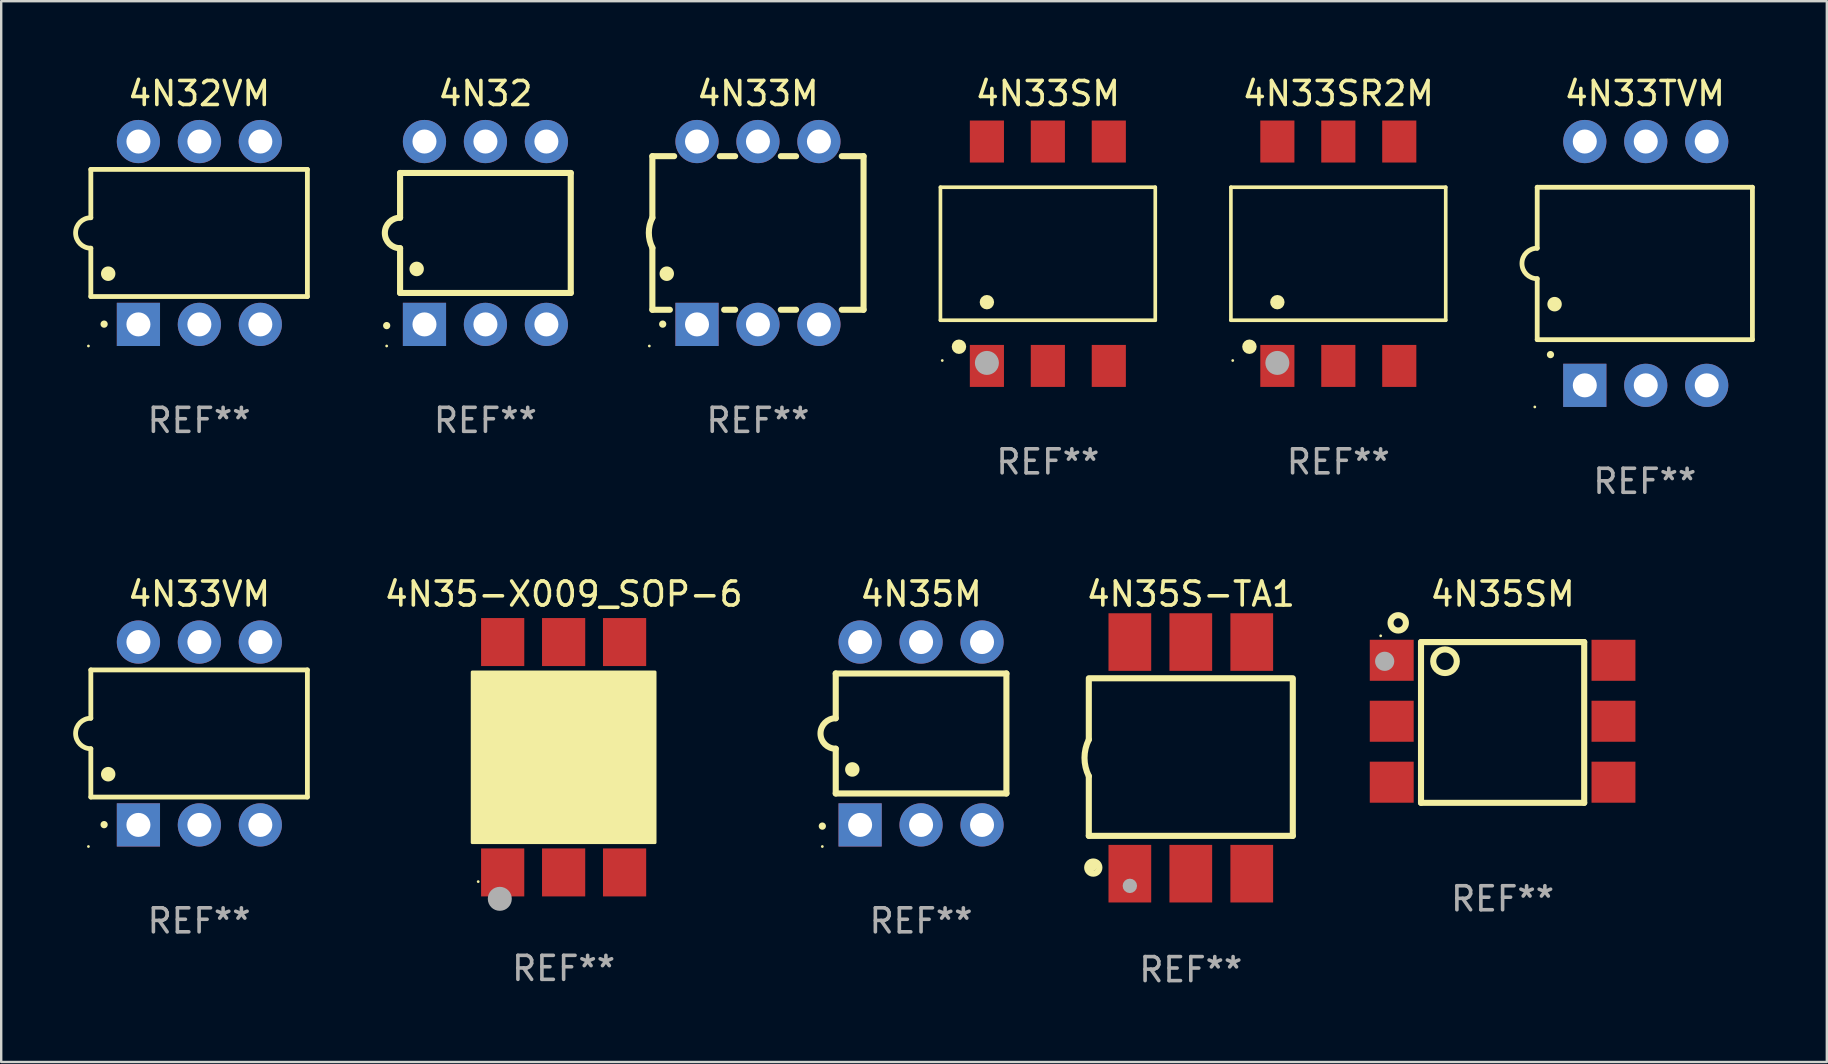
<source format=kicad_pcb>
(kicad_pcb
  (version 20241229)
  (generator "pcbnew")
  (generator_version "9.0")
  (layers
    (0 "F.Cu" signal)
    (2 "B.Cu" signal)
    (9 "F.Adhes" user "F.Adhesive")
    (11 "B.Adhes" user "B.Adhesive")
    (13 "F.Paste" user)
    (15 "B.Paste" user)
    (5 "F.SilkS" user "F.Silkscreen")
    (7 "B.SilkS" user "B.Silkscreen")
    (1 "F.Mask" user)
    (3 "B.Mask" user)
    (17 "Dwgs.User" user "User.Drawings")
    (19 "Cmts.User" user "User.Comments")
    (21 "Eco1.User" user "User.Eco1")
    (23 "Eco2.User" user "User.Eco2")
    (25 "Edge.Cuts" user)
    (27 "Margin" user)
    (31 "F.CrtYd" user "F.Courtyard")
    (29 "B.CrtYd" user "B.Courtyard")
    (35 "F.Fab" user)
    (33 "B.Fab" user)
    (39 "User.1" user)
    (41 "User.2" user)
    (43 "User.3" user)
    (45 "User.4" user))
  (footprint "4N33TVM"
    (layer "F.Cu")
    (at 65.491 7.928)
    (property "Reference" "4N33TVM" (at 0 -7.08 0) (layer "F.SilkS") (effects (font (size 1 1) (thickness 0.15))))
    (attr through_hole)
    (fp_line (start -4.484 -3.175) (end 4.484 -3.175) (stroke (width 0.2) (type solid)) (layer "F.SilkS"))
    (fp_line (start -4.484 -0.635) (end -4.484 -3.175) (stroke (width 0.2) (type solid)) (layer "F.SilkS"))
    (fp_line (start -4.484 0.635) (end -4.484 3.175) (stroke (width 0.2) (type solid)) (layer "F.SilkS"))
    (fp_line (start -4.484 3.175) (end 4.484 3.175) (stroke (width 0.2) (type solid)) (layer "F.SilkS"))
    (fp_line (start 4.484 -3.175) (end 4.484 3.175) (stroke (width 0.2) (type solid)) (layer "F.SilkS"))
    (fp_arc (start -4.484379 0.635001) (mid -5.11938 0) (end -4.484379 -0.635001) (stroke (width 0.2) (type solid)) (layer "F.SilkS"))
    (fp_arc (start -3.930658 3.799848) (mid -3.930663 3.798578) (end -3.930658 3.797308) (stroke (width 0.3) (type solid)) (layer "F.SilkS"))
    (fp_arc (start -3.760478 1.699263) (mid -3.760489 1.696723) (end -3.760478 1.694183) (stroke (width 0.6) (type solid)) (layer "F.SilkS"))
    (fp_circle (center -4.584 5.98) (end -4.554 5.98) (stroke (width 0.06) (type solid)) (fill no) (layer "F.SilkS"))
    (fp_text user "REF**" (at 0 9.08 0) (layer "F.Fab") (effects (font (size 1 1) (thickness 0.15))))
    (pad "1" thru_hole rect (at -2.501 5.08 90) (size 1.8 1.8) (drill 1) (layers "*.Cu" "*.Mask"))
    (pad "2" thru_hole circle (at 0.039 5.08) (size 1.8 1.8) (drill 1) (layers "*.Cu" "*.Mask"))
    (pad "3" thru_hole circle (at 2.579 5.08) (size 1.8 1.8) (drill 1) (layers "*.Cu" "*.Mask"))
    (pad "4" thru_hole circle (at 2.579 -5.08) (size 1.8 1.8) (drill 1) (layers "*.Cu" "*.Mask"))
    (pad "5" thru_hole circle (at 0.039 -5.08) (size 1.8 1.8) (drill 1) (layers "*.Cu" "*.Mask"))
    (pad "6" thru_hole circle (at -2.501 -5.08) (size 1.8 1.8) (drill 1) (layers "*.Cu" "*.Mask")))
  (footprint "4N33VM"
    (layer "F.Cu")
    (at 5.247 27.515)
    (property "Reference" "4N33VM" (at 0 -5.81 0) (layer "F.SilkS") (effects (font (size 1 1) (thickness 0.15))))
    (attr through_hole)
    (fp_line (start -4.512 -2.649) (end 4.512 -2.649) (stroke (width 0.2) (type solid)) (layer "F.SilkS"))
    (fp_line (start -4.512 -0.635) (end -4.512 -2.649) (stroke (width 0.2) (type solid)) (layer "F.SilkS"))
    (fp_line (start -4.512 2.649) (end -4.512 0.635) (stroke (width 0.2) (type solid)) (layer "F.SilkS"))
    (fp_line (start 4.512 -2.649) (end 4.512 2.649) (stroke (width 0.2) (type solid)) (layer "F.SilkS"))
    (fp_line (start 4.512 2.649) (end -4.512 2.649) (stroke (width 0.2) (type solid)) (layer "F.SilkS"))
    (fp_arc (start -4.512319 0.635001) (mid -5.14732 0) (end -4.512319 -0.635001) (stroke (width 0.2) (type solid)) (layer "F.SilkS"))
    (fp_arc (start -3.958598 3.799848) (mid -3.958603 3.798578) (end -3.958598 3.797308) (stroke (width 0.3) (type solid)) (layer "F.SilkS"))
    (fp_arc (start -3.788418 1.699263) (mid -3.788429 1.696723) (end -3.788418 1.694183) (stroke (width 0.6) (type solid)) (layer "F.SilkS"))
    (fp_circle (center -4.612 4.71) (end -4.582 4.71) (stroke (width 0.06) (type solid)) (fill no) (layer "F.SilkS"))
    (fp_text user "REF**" (at 0 7.81 0) (layer "F.Fab") (effects (font (size 1 1) (thickness 0.15))))
    (pad "1" thru_hole rect (at -2.529 3.81 90) (size 1.8 1.8) (drill 1) (layers "*.Cu" "*.Mask"))
    (pad "2" thru_hole circle (at 0.011 3.81) (size 1.8 1.8) (drill 1) (layers "*.Cu" "*.Mask"))
    (pad "3" thru_hole circle (at 2.551 3.81) (size 1.8 1.8) (drill 1) (layers "*.Cu" "*.Mask"))
    (pad "4" thru_hole circle (at 2.551 -3.81) (size 1.8 1.8) (drill 1) (layers "*.Cu" "*.Mask"))
    (pad "5" thru_hole circle (at 0.011 -3.81) (size 1.8 1.8) (drill 1) (layers "*.Cu" "*.Mask"))
    (pad "6" thru_hole circle (at -2.529 -3.81) (size 1.8 1.8) (drill 1) (layers "*.Cu" "*.Mask")))
  (footprint "4N33SR2M"
    (layer "F.Cu")
    (at 52.719 7.523)
    (property "Reference" "4N33SR2M" (at 0 -6.675 0) (layer "F.SilkS") (effects (font (size 1 1) (thickness 0.15))))
    (attr through_hole)
    (fp_line (start -4.476 -2.771) (end 4.476 -2.771) (stroke (width 0.152) (type solid)) (layer "F.SilkS"))
    (fp_line (start -4.476 2.771) (end -4.476 -2.771) (stroke (width 0.152) (type solid)) (layer "F.SilkS"))
    (fp_line (start 4.476 -2.771) (end 4.476 2.771) (stroke (width 0.152) (type solid)) (layer "F.SilkS"))
    (fp_line (start 4.476 2.771) (end -4.476 2.771) (stroke (width 0.152) (type solid)) (layer "F.SilkS"))
    (fp_circle (center -4.4 4.45) (end -4.37 4.45) (stroke (width 0.06) (type solid)) (fill no) (layer "F.SilkS"))
    (fp_circle (center -3.704 3.875) (end -3.553 3.875) (stroke (width 0.3) (type solid)) (fill no) (layer "F.SilkS"))
    (fp_circle (center -2.54 2.019) (end -2.39 2.019) (stroke (width 0.3) (type solid)) (fill no) (layer "F.SilkS"))
    (fp_circle (center -2.54 4.55) (end -2.29 4.55) (stroke (width 0.5) (type solid)) (fill no) (layer "F.Fab"))
    (fp_text user "REF**" (at 0 8.675 0) (layer "F.Fab") (effects (font (size 1 1) (thickness 0.15))))
    (pad "1" smd rect (at -2.54 4.675) (size 1.422 1.75) (layers "F.Cu" "F.Mask" "F.Paste"))
    (pad "2" smd rect (at 0 4.675) (size 1.422 1.75) (layers "F.Cu" "F.Mask" "F.Paste"))
    (pad "3" smd rect (at 2.54 4.675) (size 1.422 1.75) (layers "F.Cu" "F.Mask" "F.Paste"))
    (pad "4" smd rect (at 2.54 -4.675) (size 1.422 1.75) (layers "F.Cu" "F.Mask" "F.Paste"))
    (pad "5" smd rect (at 0 -4.675) (size 1.422 1.75) (layers "F.Cu" "F.Mask" "F.Paste"))
    (pad "6" smd rect (at -2.54 -4.675) (size 1.422 1.75) (layers "F.Cu" "F.Mask" "F.Paste")))
  (footprint "4N35S-TA1"
    (layer "F.Cu")
    (at 46.572 28.531)
    (property "Reference" "4N35S-TA1" (at 0 -6.826 0) (layer "F.SilkS") (effects (font (size 1 1) (thickness 0.15))))
    (attr through_hole)
    (fp_line (start -4.25 -3.317) (end 4.25 -3.317) (stroke (width 0.254) (type solid)) (layer "F.SilkS"))
    (fp_line (start -4.25 -3.25) (end -4.25 -0.762) (stroke (width 0.254) (type solid)) (layer "F.SilkS"))
    (fp_line (start -4.25 3.25) (end -4.25 0.762) (stroke (width 0.254) (type solid)) (layer "F.SilkS"))
    (fp_line (start 4.25 -3.25) (end 4.25 3.25) (stroke (width 0.254) (type solid)) (layer "F.SilkS"))
    (fp_line (start 4.25 3.25) (end -4.25 3.25) (stroke (width 0.254) (type solid)) (layer "F.SilkS"))
    (fp_arc (start -4.249429 0.762001) (mid -4.429513 0.000068) (end -4.250013 -0.762002) (stroke (width 0.254001) (type solid)) (layer "F.SilkS"))
    (fp_circle (center -4.123 4.473) (end -3.996 4.473) (stroke (width 0.254) (type solid)) (fill no) (layer "F.SilkS"))
    (fp_circle (center -4.064 4.572) (end -3.81 4.572) (stroke (width 0.254) (type solid)) (fill no) (layer "F.SilkS"))
    (fp_circle (center -2.54 5.334) (end -2.39 5.334) (stroke (width 0.3) (type solid)) (fill no) (layer "F.Fab"))
    (fp_text user "REF**" (at 0 8.826 0) (layer "F.Fab") (effects (font (size 1 1) (thickness 0.15))))
    (pad "1" smd rect (at -2.54 4.826) (size 1.78 2.4) (layers "F.Cu" "F.Mask" "F.Paste"))
    (pad "2" smd rect (at 0 4.826) (size 1.78 2.4) (layers "F.Cu" "F.Mask" "F.Paste"))
    (pad "3" smd rect (at 2.54 4.826) (size 1.78 2.4) (layers "F.Cu" "F.Mask" "F.Paste"))
    (pad "4" smd rect (at 2.54 -4.826) (size 1.78 2.4) (layers "F.Cu" "F.Mask" "F.Paste"))
    (pad "5" smd rect (at 0 -4.826) (size 1.78 2.4) (layers "F.Cu" "F.Mask" "F.Paste"))
    (pad "6" smd rect (at -2.54 -4.826) (size 1.78 2.4) (layers "F.Cu" "F.Mask" "F.Paste")))
  (footprint "4N33M"
    (layer "F.Cu")
    (at 28.535 6.658)
    (property "Reference" "4N33M" (at 0 -5.81 0) (layer "F.SilkS") (effects (font (size 1 1) (thickness 0.15))))
    (attr through_hole)
    (fp_line (start -4.4 -3.2) (end -4.4 -0.635) (stroke (width 0.254) (type solid)) (layer "F.SilkS"))
    (fp_line (start -4.4 -3.2) (end -3.492 -3.2) (stroke (width 0.254) (type solid)) (layer "F.SilkS"))
    (fp_line (start -4.4 3.2) (end -4.4 0.619) (stroke (width 0.254) (type solid)) (layer "F.SilkS"))
    (fp_line (start -3.671 3.2) (end -4.4 3.2) (stroke (width 0.254) (type solid)) (layer "F.SilkS"))
    (fp_line (start -1.588 -3.2) (end -0.952 -3.2) (stroke (width 0.254) (type solid)) (layer "F.SilkS"))
    (fp_line (start -0.952 3.2) (end -1.409 3.2) (stroke (width 0.254) (type solid)) (layer "F.SilkS"))
    (fp_line (start 0.952 -3.2) (end 1.588 -3.2) (stroke (width 0.254) (type solid)) (layer "F.SilkS"))
    (fp_line (start 1.588 3.2) (end 0.952 3.2) (stroke (width 0.254) (type solid)) (layer "F.SilkS"))
    (fp_line (start 3.492 -3.2) (end 4.4 -3.2) (stroke (width 0.254) (type solid)) (layer "F.SilkS"))
    (fp_line (start 4.4 -3.2) (end 4.4 3.2) (stroke (width 0.254) (type solid)) (layer "F.SilkS"))
    (fp_line (start 4.4 3.2) (end 3.492 3.2) (stroke (width 0.254) (type solid)) (layer "F.SilkS"))
    (fp_arc (start -4.399288 0.619762) (mid -4.547636 -0.007536) (end -4.4 -0.635001) (stroke (width 0.254001) (type solid)) (layer "F.SilkS"))
    (fp_arc (start -3.970028 3.799848) (mid -3.970033 3.798578) (end -3.970028 3.797308) (stroke (width 0.3) (type solid)) (layer "F.SilkS"))
    (fp_arc (start -3.799848 1.699263) (mid -3.799859 1.696723) (end -3.799848 1.694183) (stroke (width 0.6) (type solid)) (layer "F.SilkS"))
    (fp_circle (center -4.527 4.71) (end -4.497 4.71) (stroke (width 0.06) (type solid)) (fill no) (layer "F.SilkS"))
    (fp_text user "REF**" (at 0 7.81 0) (layer "F.Fab") (effects (font (size 1 1) (thickness 0.15))))
    (pad "1" thru_hole rect (at -2.54 3.81 180) (size 1.8 1.8) (drill 1) (layers "*.Cu" "*.Mask"))
    (pad "2" thru_hole circle (at 0 3.81) (size 1.8 1.8) (drill 1) (layers "*.Cu" "*.Mask"))
    (pad "3" thru_hole circle (at 2.54 3.81) (size 1.8 1.8) (drill 1) (layers "*.Cu" "*.Mask"))
    (pad "4" thru_hole circle (at 2.54 -3.81) (size 1.8 1.8) (drill 1) (layers "*.Cu" "*.Mask"))
    (pad "5" thru_hole circle (at 0 -3.81) (size 1.8 1.8) (drill 1) (layers "*.Cu" "*.Mask"))
    (pad "6" thru_hole circle (at -2.54 -3.81) (size 1.8 1.8) (drill 1) (layers "*.Cu" "*.Mask")))
  (footprint "4N35-X009_SOP-6"
    (layer "F.Cu")
    (at 20.437 28.505)
    (property "Reference" "4N35-X009_SOP-6" (at 0 -6.8 0) (layer "F.SilkS") (effects (font (size 1 1) (thickness 0.15))))
    (attr through_hole)
    (fp_circle (center -3.56 5.183) (end -3.53 5.183) (stroke (width 0.06) (type solid)) (fill no) (layer "F.SilkS"))
    (fp_circle (center -2.921 2.797) (end -2.463 2.797) (stroke (width 0.254) (type solid)) (fill no) (layer "F.SilkS"))
    (fp_poly (pts (xy -3.81 -3.553) (xy 3.81 -3.553) (xy 3.81 3.559) (xy -3.81 3.559)) (stroke (width 0.12) (type solid)) (fill yes) (layer "F.SilkS"))
    (fp_circle (center -2.66 5.9) (end -2.41 5.9) (stroke (width 0.5) (type solid)) (fill no) (layer "F.Fab"))
    (fp_text user "REF**" (at 0 8.8 0) (layer "F.Fab") (effects (font (size 1 1) (thickness 0.15))))
    (pad "1" smd rect (at -2.54 4.8 90) (size 2 1.8) (layers "F.Cu" "F.Mask" "F.Paste"))
    (pad "2" smd rect (at 0 4.8 90) (size 2 1.8) (layers "F.Cu" "F.Mask" "F.Paste"))
    (pad "3" smd rect (at 2.54 4.8 90) (size 2 1.8) (layers "F.Cu" "F.Mask" "F.Paste"))
    (pad "4" smd rect (at 2.54 -4.8 90) (size 2 1.8) (layers "F.Cu" "F.Mask" "F.Paste"))
    (pad "5" smd rect (at 0 -4.8 90) (size 2 1.8) (layers "F.Cu" "F.Mask" "F.Paste"))
    (pad "6" smd rect (at -2.54 -4.8 90) (size 2 1.8) (layers "F.Cu" "F.Mask" "F.Paste")))
  (footprint "4N33SM"
    (layer "F.Cu")
    (at 40.615 7.523)
    (property "Reference" "4N33SM" (at 0 -6.675 0) (layer "F.SilkS") (effects (font (size 1 1) (thickness 0.15))))
    (attr through_hole)
    (fp_line (start -4.476 -2.771) (end 4.476 -2.771) (stroke (width 0.152) (type solid)) (layer "F.SilkS"))
    (fp_line (start -4.476 2.771) (end -4.476 -2.771) (stroke (width 0.152) (type solid)) (layer "F.SilkS"))
    (fp_line (start 4.476 -2.771) (end 4.476 2.771) (stroke (width 0.152) (type solid)) (layer "F.SilkS"))
    (fp_line (start 4.476 2.771) (end -4.476 2.771) (stroke (width 0.152) (type solid)) (layer "F.SilkS"))
    (fp_circle (center -4.4 4.45) (end -4.37 4.45) (stroke (width 0.06) (type solid)) (fill no) (layer "F.SilkS"))
    (fp_circle (center -3.704 3.875) (end -3.553 3.875) (stroke (width 0.3) (type solid)) (fill no) (layer "F.SilkS"))
    (fp_circle (center -2.54 2.019) (end -2.39 2.019) (stroke (width 0.3) (type solid)) (fill no) (layer "F.SilkS"))
    (fp_circle (center -2.54 4.55) (end -2.29 4.55) (stroke (width 0.5) (type solid)) (fill no) (layer "F.Fab"))
    (fp_text user "REF**" (at 0 8.675 0) (layer "F.Fab") (effects (font (size 1 1) (thickness 0.15))))
    (pad "1" smd rect (at -2.54 4.675) (size 1.422 1.75) (layers "F.Cu" "F.Mask" "F.Paste"))
    (pad "2" smd rect (at 0 4.675) (size 1.422 1.75) (layers "F.Cu" "F.Mask" "F.Paste"))
    (pad "3" smd rect (at 2.54 4.675) (size 1.422 1.75) (layers "F.Cu" "F.Mask" "F.Paste"))
    (pad "4" smd rect (at 2.54 -4.675) (size 1.422 1.75) (layers "F.Cu" "F.Mask" "F.Paste"))
    (pad "5" smd rect (at 0 -4.675) (size 1.422 1.75) (layers "F.Cu" "F.Mask" "F.Paste"))
    (pad "6" smd rect (at -2.54 -4.675) (size 1.422 1.75) (layers "F.Cu" "F.Mask" "F.Paste")))
  (footprint "4N32"
    (layer "F.Cu")
    (at 17.178 6.658)
    (property "Reference" "4N32" (at 0 -5.81 0) (layer "F.SilkS") (effects (font (size 1 1) (thickness 0.15))))
    (attr through_hole)
    (fp_line (start -3.556 -2.5) (end 3.556 -2.5) (stroke (width 0.254) (type solid)) (layer "F.SilkS"))
    (fp_line (start -3.556 -0.635) (end -3.556 -2.5) (stroke (width 0.254) (type solid)) (layer "F.SilkS"))
    (fp_line (start -3.556 0.635) (end -3.556 2.5) (stroke (width 0.254) (type solid)) (layer "F.SilkS"))
    (fp_line (start -3.556 2.5) (end 3.556 2.5) (stroke (width 0.254) (type solid)) (layer "F.SilkS"))
    (fp_line (start 3.556 -2.5) (end 3.556 2.5) (stroke (width 0.254) (type solid)) (layer "F.SilkS"))
    (fp_arc (start -4.114808 3.860808) (mid -4.114813 3.859538) (end -4.114808 3.858268) (stroke (width 0.3) (type solid)) (layer "F.SilkS"))
    (fp_arc (start -3.556007 0.635001) (mid -4.191008 0) (end -3.556007 -0.635001) (stroke (width 0.254001) (type solid)) (layer "F.SilkS"))
    (fp_arc (start -2.865405 1.501143) (mid -2.865416 1.498603) (end -2.865405 1.496063) (stroke (width 0.6) (type solid)) (layer "F.SilkS"))
    (fp_circle (center -4.115 4.71) (end -4.085 4.71) (stroke (width 0.06) (type solid)) (fill no) (layer "F.SilkS"))
    (fp_text user "REF**" (at 0 7.81 0) (layer "F.Fab") (effects (font (size 1 1) (thickness 0.15))))
    (pad "1" thru_hole rect (at -2.54 3.81 90) (size 1.8 1.8) (drill 1) (layers "*.Cu" "*.Mask"))
    (pad "2" thru_hole circle (at 0 3.81) (size 1.8 1.8) (drill 1) (layers "*.Cu" "*.Mask"))
    (pad "3" thru_hole circle (at 2.54 3.81) (size 1.8 1.8) (drill 1) (layers "*.Cu" "*.Mask"))
    (pad "4" thru_hole circle (at 2.54 -3.81) (size 1.8 1.8) (drill 1) (layers "*.Cu" "*.Mask"))
    (pad "5" thru_hole circle (at 0 -3.81) (size 1.8 1.8) (drill 1) (layers "*.Cu" "*.Mask"))
    (pad "6" thru_hole circle (at -2.54 -3.81) (size 1.8 1.8) (drill 1) (layers "*.Cu" "*.Mask")))
  (footprint "4N32VM"
    (layer "F.Cu")
    (at 5.247 6.658)
    (property "Reference" "4N32VM" (at 0 -5.81 0) (layer "F.SilkS") (effects (font (size 1 1) (thickness 0.15))))
    (attr through_hole)
    (fp_line (start -4.512 -2.649) (end 4.512 -2.649) (stroke (width 0.2) (type solid)) (layer "F.SilkS"))
    (fp_line (start -4.512 -0.635) (end -4.512 -2.649) (stroke (width 0.2) (type solid)) (layer "F.SilkS"))
    (fp_line (start -4.512 2.649) (end -4.512 0.635) (stroke (width 0.2) (type solid)) (layer "F.SilkS"))
    (fp_line (start 4.512 -2.649) (end 4.512 2.649) (stroke (width 0.2) (type solid)) (layer "F.SilkS"))
    (fp_line (start 4.512 2.649) (end -4.512 2.649) (stroke (width 0.2) (type solid)) (layer "F.SilkS"))
    (fp_arc (start -4.512319 0.635001) (mid -5.14732 0) (end -4.512319 -0.635001) (stroke (width 0.2) (type solid)) (layer "F.SilkS"))
    (fp_arc (start -3.958598 3.799848) (mid -3.958603 3.798578) (end -3.958598 3.797308) (stroke (width 0.3) (type solid)) (layer "F.SilkS"))
    (fp_arc (start -3.788418 1.699263) (mid -3.788429 1.696723) (end -3.788418 1.694183) (stroke (width 0.6) (type solid)) (layer "F.SilkS"))
    (fp_circle (center -4.612 4.71) (end -4.582 4.71) (stroke (width 0.06) (type solid)) (fill no) (layer "F.SilkS"))
    (fp_text user "REF**" (at 0 7.81 0) (layer "F.Fab") (effects (font (size 1 1) (thickness 0.15))))
    (pad "1" thru_hole rect (at -2.529 3.81 90) (size 1.8 1.8) (drill 1) (layers "*.Cu" "*.Mask"))
    (pad "2" thru_hole circle (at 0.011 3.81) (size 1.8 1.8) (drill 1) (layers "*.Cu" "*.Mask"))
    (pad "3" thru_hole circle (at 2.551 3.81) (size 1.8 1.8) (drill 1) (layers "*.Cu" "*.Mask"))
    (pad "4" thru_hole circle (at 2.551 -3.81) (size 1.8 1.8) (drill 1) (layers "*.Cu" "*.Mask"))
    (pad "5" thru_hole circle (at 0.011 -3.81) (size 1.8 1.8) (drill 1) (layers "*.Cu" "*.Mask"))
    (pad "6" thru_hole circle (at -2.529 -3.81) (size 1.8 1.8) (drill 1) (layers "*.Cu" "*.Mask")))
  (footprint "4N35SM"
    (layer "F.Cu")
    (at 59.565 27.055)
    (property "Reference" "4N35SM" (at 0 -5.35 0) (layer "F.SilkS") (effects (font (size 1 1) (thickness 0.15))))
    (attr through_hole)
    (fp_line (start -3.4 -3.35) (end -3.4 3.35) (stroke (width 0.254) (type solid)) (layer "F.SilkS"))
    (fp_line (start -3.4 3.35) (end 3.4 3.35) (stroke (width 0.254) (type solid)) (layer "F.SilkS"))
    (fp_line (start 3.4 -3.35) (end -3.4 -3.35) (stroke (width 0.254) (type solid)) (layer "F.SilkS"))
    (fp_line (start 3.4 3.35) (end 3.4 -3.35) (stroke (width 0.254) (type solid)) (layer "F.SilkS"))
    (fp_circle (center -5.08 -3.61) (end -5.05 -3.61) (stroke (width 0.06) (type solid)) (fill no) (layer "F.SilkS"))
    (fp_circle (center -4.35 -4.15) (end -4.03 -4.15) (stroke (width 0.254) (type solid)) (fill no) (layer "F.SilkS"))
    (fp_circle (center -2.4 -2.55) (end -1.908 -2.55) (stroke (width 0.254) (type solid)) (fill no) (layer "F.SilkS"))
    (fp_circle (center -4.914 -2.548) (end -4.714 -2.548) (stroke (width 0.4) (type solid)) (fill no) (layer "F.Fab"))
    (fp_text user "REF**" (at 0 7.35 0) (layer "F.Fab") (effects (font (size 1 1) (thickness 0.15))))
    (pad "1" smd rect (at -4.62 -2.59) (size 1.83 1.71) (layers "F.Cu" "F.Mask" "F.Paste"))
    (pad "2" smd rect (at -4.62 -0.05) (size 1.83 1.71) (layers "F.Cu" "F.Mask" "F.Paste"))
    (pad "3" smd rect (at -4.62 2.49) (size 1.83 1.71) (layers "F.Cu" "F.Mask" "F.Paste"))
    (pad "4" smd rect (at 4.62 2.49) (size 1.83 1.71) (layers "F.Cu" "F.Mask" "F.Paste"))
    (pad "5" smd rect (at 4.62 -0.05) (size 1.83 1.71) (layers "F.Cu" "F.Mask" "F.Paste"))
    (pad "6" smd rect (at 4.62 -2.59) (size 1.83 1.71) (layers "F.Cu" "F.Mask" "F.Paste")))
  (footprint "4N35M"
    (layer "F.Cu")
    (at 35.332 27.515)
    (property "Reference" "4N35M" (at 0 -5.81 0) (layer "F.SilkS") (effects (font (size 1 1) (thickness 0.15))))
    (attr through_hole)
    (fp_line (start -3.556 -2.5) (end 3.556 -2.5) (stroke (width 0.254) (type solid)) (layer "F.SilkS"))
    (fp_line (start -3.556 -0.635) (end -3.556 -2.5) (stroke (width 0.254) (type solid)) (layer "F.SilkS"))
    (fp_line (start -3.556 0.635) (end -3.556 2.5) (stroke (width 0.254) (type solid)) (layer "F.SilkS"))
    (fp_line (start -3.556 2.5) (end 3.556 2.5) (stroke (width 0.254) (type solid)) (layer "F.SilkS"))
    (fp_line (start 3.556 -2.5) (end 3.556 2.5) (stroke (width 0.254) (type solid)) (layer "F.SilkS"))
    (fp_arc (start -4.114808 3.860808) (mid -4.114813 3.859538) (end -4.114808 3.858268) (stroke (width 0.3) (type solid)) (layer "F.SilkS"))
    (fp_arc (start -3.556007 0.635001) (mid -4.191008 0) (end -3.556007 -0.635001) (stroke (width 0.254001) (type solid)) (layer "F.SilkS"))
    (fp_arc (start -2.865405 1.501143) (mid -2.865416 1.498603) (end -2.865405 1.496063) (stroke (width 0.6) (type solid)) (layer "F.SilkS"))
    (fp_circle (center -4.115 4.71) (end -4.085 4.71) (stroke (width 0.06) (type solid)) (fill no) (layer "F.SilkS"))
    (fp_text user "REF**" (at 0 7.81 0) (layer "F.Fab") (effects (font (size 1 1) (thickness 0.15))))
    (pad "1" thru_hole rect (at -2.54 3.81 90) (size 1.8 1.8) (drill 1) (layers "*.Cu" "*.Mask"))
    (pad "2" thru_hole circle (at 0 3.81) (size 1.8 1.8) (drill 1) (layers "*.Cu" "*.Mask"))
    (pad "3" thru_hole circle (at 2.54 3.81) (size 1.8 1.8) (drill 1) (layers "*.Cu" "*.Mask"))
    (pad "4" thru_hole circle (at 2.54 -3.81) (size 1.8 1.8) (drill 1) (layers "*.Cu" "*.Mask"))
    (pad "5" thru_hole circle (at 0 -3.81) (size 1.8 1.8) (drill 1) (layers "*.Cu" "*.Mask"))
    (pad "6" thru_hole circle (at -2.54 -3.81) (size 1.8 1.8) (drill 1) (layers "*.Cu" "*.Mask")))
  (gr_rect
    (start -3 -3)
    (end 73.076 41.205)
    (stroke (width 0.1) (type default))
    (fill no)
    (layer "Edge.Cuts")))
</source>
